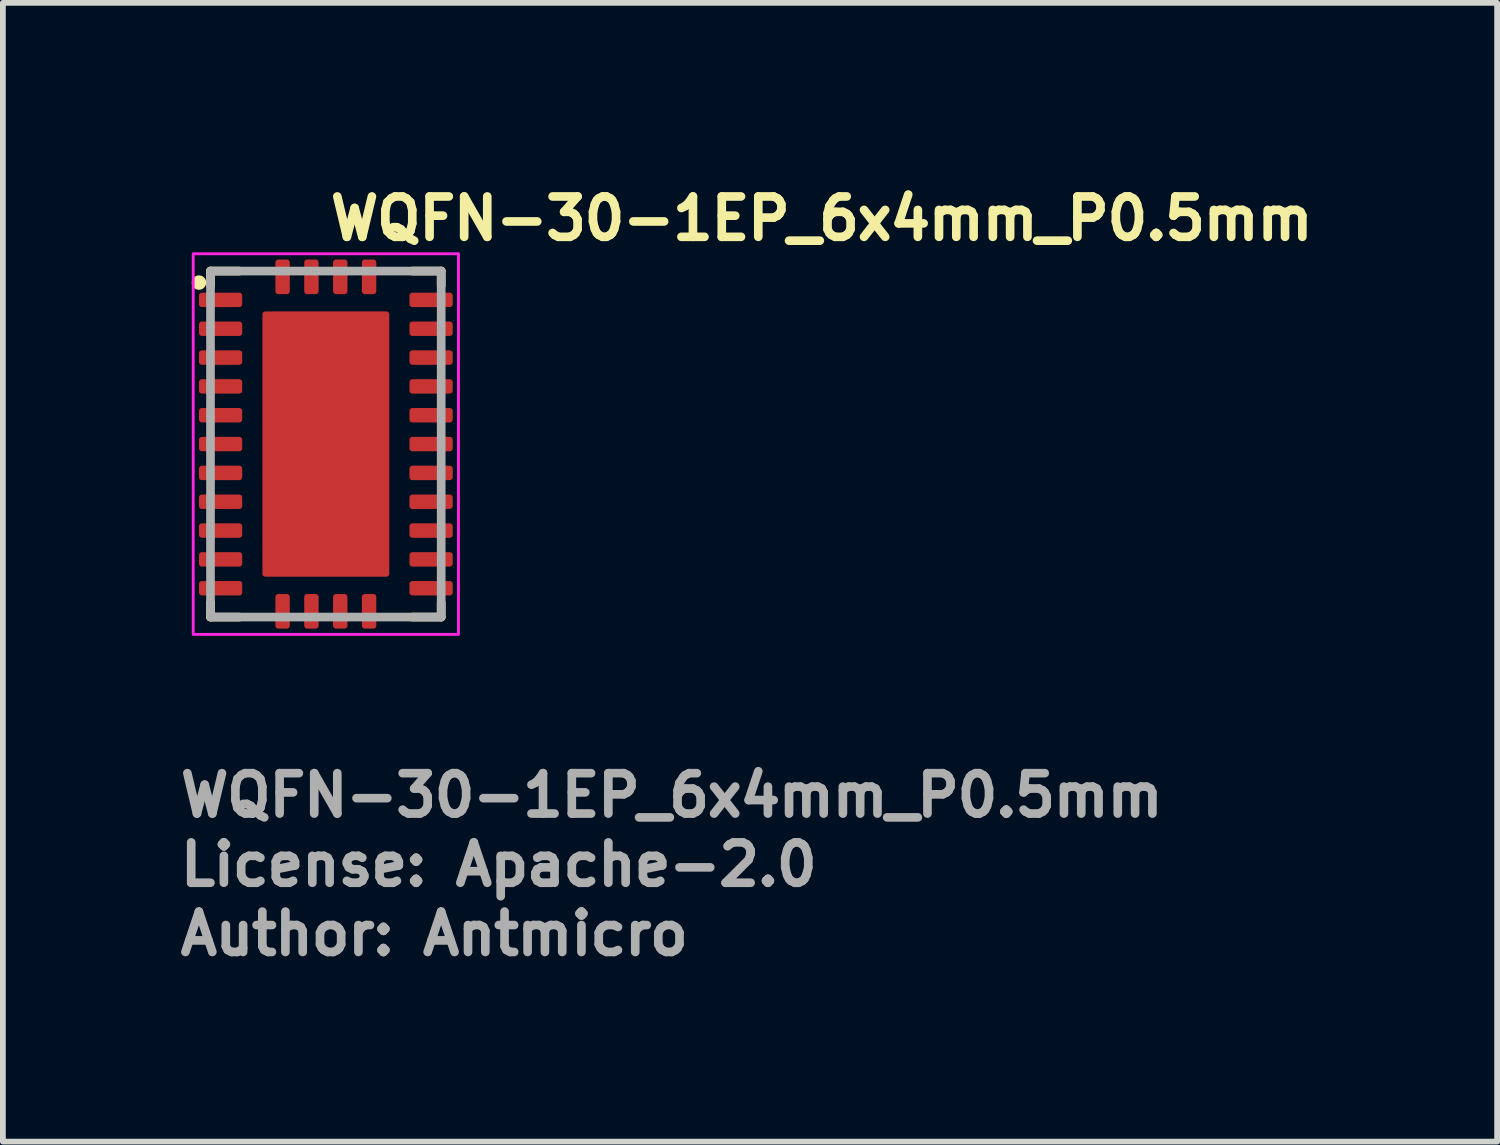
<source format=kicad_pcb>
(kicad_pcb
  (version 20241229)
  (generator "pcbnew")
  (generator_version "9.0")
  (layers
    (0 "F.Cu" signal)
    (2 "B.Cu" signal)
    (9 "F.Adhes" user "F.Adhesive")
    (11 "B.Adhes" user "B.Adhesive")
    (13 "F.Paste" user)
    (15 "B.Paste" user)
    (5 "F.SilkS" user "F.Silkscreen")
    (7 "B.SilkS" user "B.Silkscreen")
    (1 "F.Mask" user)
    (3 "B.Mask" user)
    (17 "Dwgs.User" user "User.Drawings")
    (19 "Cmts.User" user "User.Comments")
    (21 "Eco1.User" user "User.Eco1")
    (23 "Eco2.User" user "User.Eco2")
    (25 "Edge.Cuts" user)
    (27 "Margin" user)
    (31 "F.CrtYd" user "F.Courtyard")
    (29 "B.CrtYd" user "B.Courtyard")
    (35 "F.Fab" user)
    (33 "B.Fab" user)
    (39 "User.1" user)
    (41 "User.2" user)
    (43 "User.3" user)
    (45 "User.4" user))
  (footprint "WQFN-30-1EP_6x4mm_P0.5mm"
    (layer "F.Cu")
    (at 2.6 4.65)
    (property "Reference" "WQFN-30-1EP_6x4mm_P0.5mm" (at 0 -3.5 0) (layer "F.SilkS") (effects (font (size 0.7 0.7) (thickness 0.15)) (justify left bottom)))
    (attr smd)
    (fp_line (start -2 -3) (end -2 -2.75) (stroke (width 0.15) (type solid)) (layer "F.SilkS"))
    (fp_line (start -2 -3) (end -1.5 -3) (stroke (width 0.15) (type solid)) (layer "F.SilkS"))
    (fp_line (start -2 2.75) (end -2 3) (stroke (width 0.15) (type solid)) (layer "F.SilkS"))
    (fp_line (start -2 3) (end -1.5 3) (stroke (width 0.15) (type solid)) (layer "F.SilkS"))
    (fp_line (start 1.5 3) (end 2 3) (stroke (width 0.15) (type solid)) (layer "F.SilkS"))
    (fp_line (start 2 -3) (end 1.5 -3) (stroke (width 0.15) (type solid)) (layer "F.SilkS"))
    (fp_line (start 2 -3) (end 2 -2.75) (stroke (width 0.15) (type solid)) (layer "F.SilkS"))
    (fp_line (start 2 3) (end 2 2.75) (stroke (width 0.15) (type solid)) (layer "F.SilkS"))
    (fp_circle (center -2.2 -2.8) (end -2.15 -2.8) (stroke (width 0.15) (type solid)) (fill yes) (layer "F.SilkS"))
    (fp_rect (start -2.3 -3.3) (end 2.3 3.3) (stroke (width 0.05) (type solid)) (fill no) (layer "F.CrtYd"))
    (fp_rect (start -2 -3) (end 2 3) (stroke (width 0.15) (type solid)) (fill no) (layer "F.Fab"))
    (fp_rect (start -2 -3) (end 2 3) (stroke (width 0.1) (type solid)) (fill no) (layer "User.5"))
    (fp_line (start -2 -3) (end -2 3) (stroke (width 0.02) (type solid)) (layer "User.9"))
    (fp_line (start -2 3) (end 2 3) (stroke (width 0.02) (type solid)) (layer "User.9"))
    (fp_line (start 2 -3) (end -2 -3) (stroke (width 0.02) (type solid)) (layer "User.9"))
    (fp_line (start 2 3) (end 2 -3) (stroke (width 0.02) (type solid)) (layer "User.9"))
    (fp_text user "License: Apache-2.0" (at -2.6 7.7 0) (layer "F.Fab") (effects (font (size 0.7 0.7) (thickness 0.15)) (justify left bottom)))
    (fp_text user "${REFERENCE}" (at -2.6 6.5 0) (layer "F.Fab") (effects (font (size 0.7 0.7) (thickness 0.15)) (justify left bottom)))
    (fp_text user "Author: Antmicro" (at -2.6 8.9 0) (layer "F.Fab") (effects (font (size 0.7 0.7) (thickness 0.15)) (justify left bottom)))
    (pad "1" smd roundrect (at -1.825 -2.5 90) (size 0.25 0.75) (layers "F.Cu" "F.Mask" "F.Paste") (roundrect_rratio 0.2))
    (pad "2" smd roundrect (at -1.825 -2 90) (size 0.25 0.75) (layers "F.Cu" "F.Mask" "F.Paste") (roundrect_rratio 0.2))
    (pad "3" smd roundrect (at -1.825 -1.5 90) (size 0.25 0.75) (layers "F.Cu" "F.Mask" "F.Paste") (roundrect_rratio 0.2))
    (pad "4" smd roundrect (at -1.825 -1 90) (size 0.25 0.75) (layers "F.Cu" "F.Mask" "F.Paste") (roundrect_rratio 0.2))
    (pad "5" smd roundrect (at -1.825 -0.5 90) (size 0.25 0.75) (layers "F.Cu" "F.Mask" "F.Paste") (roundrect_rratio 0.2))
    (pad "6" smd roundrect (at -1.825 0 90) (size 0.25 0.75) (layers "F.Cu" "F.Mask" "F.Paste") (roundrect_rratio 0.2))
    (pad "7" smd roundrect (at -1.825 0.5 90) (size 0.25 0.75) (layers "F.Cu" "F.Mask" "F.Paste") (roundrect_rratio 0.2))
    (pad "8" smd roundrect (at -1.825 1 90) (size 0.25 0.75) (layers "F.Cu" "F.Mask" "F.Paste") (roundrect_rratio 0.2))
    (pad "9" smd roundrect (at -1.825 1.5 90) (size 0.25 0.75) (layers "F.Cu" "F.Mask" "F.Paste") (roundrect_rratio 0.2))
    (pad "10" smd roundrect (at -1.825 2 90) (size 0.25 0.75) (layers "F.Cu" "F.Mask" "F.Paste") (roundrect_rratio 0.2))
    (pad "11" smd roundrect (at -1.825 2.5 90) (size 0.25 0.75) (layers "F.Cu" "F.Mask" "F.Paste") (roundrect_rratio 0.2))
    (pad "12" smd roundrect (at -0.75 2.9 180) (size 0.25 0.6) (layers "F.Cu" "F.Mask" "F.Paste") (roundrect_rratio 0.2))
    (pad "13" smd roundrect (at -0.25 2.9 180) (size 0.25 0.6) (layers "F.Cu" "F.Mask" "F.Paste") (roundrect_rratio 0.2))
    (pad "14" smd roundrect (at 0.25 2.9 180) (size 0.25 0.6) (layers "F.Cu" "F.Mask" "F.Paste") (roundrect_rratio 0.2))
    (pad "15" smd roundrect (at 0.75 2.9 180) (size 0.25 0.6) (layers "F.Cu" "F.Mask" "F.Paste") (roundrect_rratio 0.2))
    (pad "16" smd roundrect (at 1.825 2.5 90) (size 0.25 0.75) (layers "F.Cu" "F.Mask" "F.Paste") (roundrect_rratio 0.2))
    (pad "17" smd roundrect (at 1.825 2 90) (size 0.25 0.75) (layers "F.Cu" "F.Mask" "F.Paste") (roundrect_rratio 0.2))
    (pad "18" smd roundrect (at 1.825 1.5 90) (size 0.25 0.75) (layers "F.Cu" "F.Mask" "F.Paste") (roundrect_rratio 0.2))
    (pad "19" smd roundrect (at 1.825 1 90) (size 0.25 0.75) (layers "F.Cu" "F.Mask" "F.Paste") (roundrect_rratio 0.2))
    (pad "20" smd roundrect (at 1.825 0.5 90) (size 0.25 0.75) (layers "F.Cu" "F.Mask" "F.Paste") (roundrect_rratio 0.2))
    (pad "21" smd roundrect (at 1.825 0 90) (size 0.25 0.75) (layers "F.Cu" "F.Mask" "F.Paste") (roundrect_rratio 0.2))
    (pad "22" smd roundrect (at 1.825 -0.5 90) (size 0.25 0.75) (layers "F.Cu" "F.Mask" "F.Paste") (roundrect_rratio 0.2))
    (pad "23" smd roundrect (at 1.825 -1 90) (size 0.25 0.75) (layers "F.Cu" "F.Mask" "F.Paste") (roundrect_rratio 0.2))
    (pad "24" smd roundrect (at 1.825 -1.5 90) (size 0.25 0.75) (layers "F.Cu" "F.Mask" "F.Paste") (roundrect_rratio 0.2))
    (pad "25" smd roundrect (at 1.825 -2 90) (size 0.25 0.75) (layers "F.Cu" "F.Mask" "F.Paste") (roundrect_rratio 0.2))
    (pad "26" smd roundrect (at 1.825 -2.5 90) (size 0.25 0.75) (layers "F.Cu" "F.Mask" "F.Paste") (roundrect_rratio 0.2))
    (pad "27" smd roundrect (at 0.75 -2.9 180) (size 0.25 0.6) (layers "F.Cu" "F.Mask" "F.Paste") (roundrect_rratio 0.2))
    (pad "28" smd roundrect (at 0.25 -2.9 180) (size 0.25 0.6) (layers "F.Cu" "F.Mask" "F.Paste") (roundrect_rratio 0.2))
    (pad "29" smd roundrect (at -0.25 -2.9 180) (size 0.25 0.6) (layers "F.Cu" "F.Mask" "F.Paste") (roundrect_rratio 0.2))
    (pad "30" smd roundrect (at -0.75 -2.9 180) (size 0.25 0.6) (layers "F.Cu" "F.Mask" "F.Paste") (roundrect_rratio 0.2))
    (pad "31" smd roundrect (at 0 0) (size 2.2 4.6) (layers "F.Cu" "F.Mask" "F.Paste") (roundrect_rratio 0.023)))
  (gr_rect
    (start -3 -3)
    (end 22.91 16.745)
    (stroke (width 0.1) (type default))
    (fill no)
    (layer "Edge.Cuts")))
</source>
